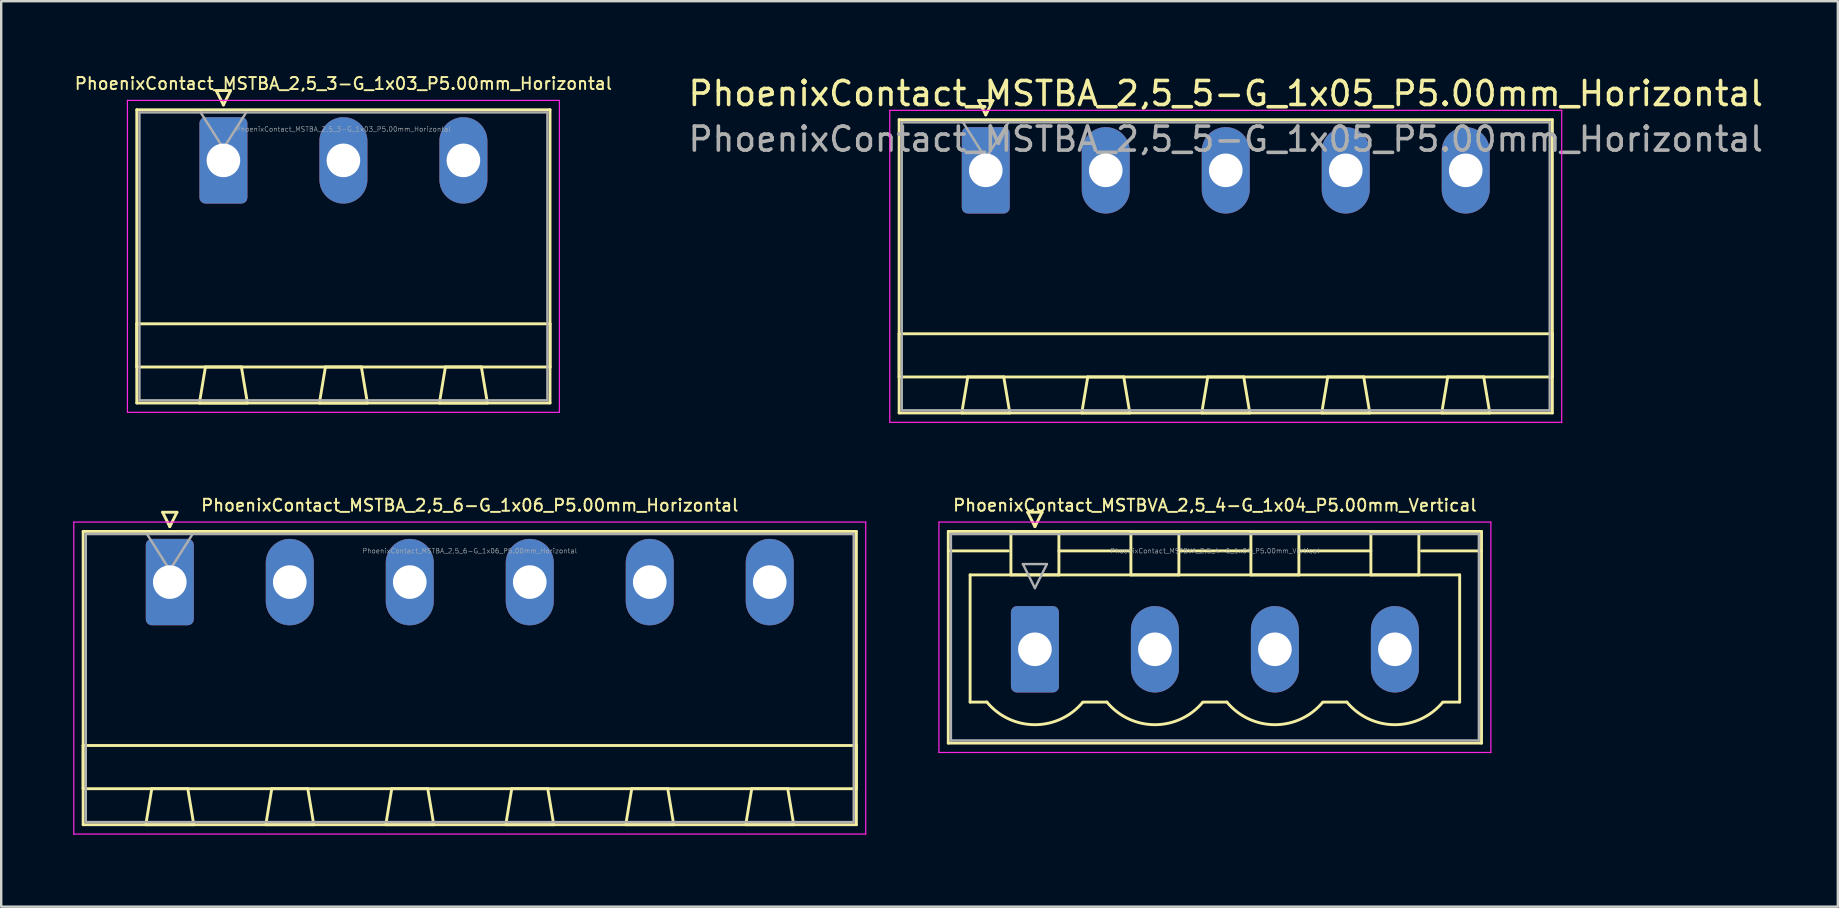
<source format=kicad_pcb>
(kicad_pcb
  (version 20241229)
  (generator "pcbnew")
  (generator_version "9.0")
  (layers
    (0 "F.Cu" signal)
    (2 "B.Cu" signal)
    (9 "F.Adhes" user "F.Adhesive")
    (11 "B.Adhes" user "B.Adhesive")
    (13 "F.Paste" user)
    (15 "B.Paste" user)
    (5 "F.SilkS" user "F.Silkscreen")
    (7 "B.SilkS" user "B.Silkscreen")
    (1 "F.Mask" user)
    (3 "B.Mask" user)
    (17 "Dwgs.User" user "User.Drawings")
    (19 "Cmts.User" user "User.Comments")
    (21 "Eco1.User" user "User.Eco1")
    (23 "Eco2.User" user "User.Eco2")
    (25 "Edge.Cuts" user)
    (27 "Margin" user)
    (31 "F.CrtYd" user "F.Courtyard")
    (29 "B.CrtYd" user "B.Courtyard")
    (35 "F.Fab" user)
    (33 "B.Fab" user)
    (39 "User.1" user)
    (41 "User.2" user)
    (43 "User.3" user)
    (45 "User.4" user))
  (footprint "PhoenixContact_MSTBA_2,5_5-G_1x05_P5.00mm_Horizontal"
    (layer "F.Cu")
    (at 38.027 4.048)
    (property "Reference" "PhoenixContact_MSTBA_2,5_5-G_1x05_P5.00mm_Horizontal" (at 10 -3.2 0) (layer "F.SilkS") (effects (font (size 1 1) (thickness 0.15))))
    (attr through_hole)
    (fp_line (start -3.61 -2.11) (end -3.61 10.11) (stroke (width 0.12) (type solid)) (layer "F.SilkS"))
    (fp_line (start -3.61 6.81) (end 23.61 6.81) (stroke (width 0.12) (type solid)) (layer "F.SilkS"))
    (fp_line (start -3.61 8.61) (end -3.61 6.81) (stroke (width 0.12) (type solid)) (layer "F.SilkS"))
    (fp_line (start -3.61 10.11) (end 23.61 10.11) (stroke (width 0.12) (type solid)) (layer "F.SilkS"))
    (fp_line (start -1 10.11) (end 1 10.11) (stroke (width 0.12) (type solid)) (layer "F.SilkS"))
    (fp_line (start -0.75 8.61) (end -1 10.11) (stroke (width 0.12) (type solid)) (layer "F.SilkS"))
    (fp_line (start -0.3 -2.91) (end 0.3 -2.91) (stroke (width 0.12) (type solid)) (layer "F.SilkS"))
    (fp_line (start 0 -2.31) (end -0.3 -2.91) (stroke (width 0.12) (type solid)) (layer "F.SilkS"))
    (fp_line (start 0.3 -2.91) (end 0 -2.31) (stroke (width 0.12) (type solid)) (layer "F.SilkS"))
    (fp_line (start 0.75 8.61) (end -0.75 8.61) (stroke (width 0.12) (type solid)) (layer "F.SilkS"))
    (fp_line (start 1 10.11) (end 0.75 8.61) (stroke (width 0.12) (type solid)) (layer "F.SilkS"))
    (fp_line (start 4 10.11) (end 6 10.11) (stroke (width 0.12) (type solid)) (layer "F.SilkS"))
    (fp_line (start 4.25 8.61) (end 4 10.11) (stroke (width 0.12) (type solid)) (layer "F.SilkS"))
    (fp_line (start 5.75 8.61) (end 4.25 8.61) (stroke (width 0.12) (type solid)) (layer "F.SilkS"))
    (fp_line (start 6 10.11) (end 5.75 8.61) (stroke (width 0.12) (type solid)) (layer "F.SilkS"))
    (fp_line (start 9 10.11) (end 11 10.11) (stroke (width 0.12) (type solid)) (layer "F.SilkS"))
    (fp_line (start 9.25 8.61) (end 9 10.11) (stroke (width 0.12) (type solid)) (layer "F.SilkS"))
    (fp_line (start 10.75 8.61) (end 9.25 8.61) (stroke (width 0.12) (type solid)) (layer "F.SilkS"))
    (fp_line (start 11 10.11) (end 10.75 8.61) (stroke (width 0.12) (type solid)) (layer "F.SilkS"))
    (fp_line (start 14 10.11) (end 16 10.11) (stroke (width 0.12) (type solid)) (layer "F.SilkS"))
    (fp_line (start 14.25 8.61) (end 14 10.11) (stroke (width 0.12) (type solid)) (layer "F.SilkS"))
    (fp_line (start 15.75 8.61) (end 14.25 8.61) (stroke (width 0.12) (type solid)) (layer "F.SilkS"))
    (fp_line (start 16 10.11) (end 15.75 8.61) (stroke (width 0.12) (type solid)) (layer "F.SilkS"))
    (fp_line (start 19 10.11) (end 21 10.11) (stroke (width 0.12) (type solid)) (layer "F.SilkS"))
    (fp_line (start 19.25 8.61) (end 19 10.11) (stroke (width 0.12) (type solid)) (layer "F.SilkS"))
    (fp_line (start 20.75 8.61) (end 19.25 8.61) (stroke (width 0.12) (type solid)) (layer "F.SilkS"))
    (fp_line (start 21 10.11) (end 20.75 8.61) (stroke (width 0.12) (type solid)) (layer "F.SilkS"))
    (fp_line (start 23.61 -2.11) (end -3.61 -2.11) (stroke (width 0.12) (type solid)) (layer "F.SilkS"))
    (fp_line (start 23.61 6.81) (end 23.61 8.61) (stroke (width 0.12) (type solid)) (layer "F.SilkS"))
    (fp_line (start 23.61 8.61) (end -3.61 8.61) (stroke (width 0.12) (type solid)) (layer "F.SilkS"))
    (fp_line (start 23.61 10.11) (end 23.61 -2.11) (stroke (width 0.12) (type solid)) (layer "F.SilkS"))
    (fp_line (start -4 -2.5) (end -4 10.5) (stroke (width 0.05) (type solid)) (layer "F.CrtYd"))
    (fp_line (start -4 10.5) (end 24 10.5) (stroke (width 0.05) (type solid)) (layer "F.CrtYd"))
    (fp_line (start 24 -2.5) (end -4 -2.5) (stroke (width 0.05) (type solid)) (layer "F.CrtYd"))
    (fp_line (start 24 10.5) (end 24 -2.5) (stroke (width 0.05) (type solid)) (layer "F.CrtYd"))
    (fp_line (start -3.5 -2) (end -3.5 10) (stroke (width 0.1) (type solid)) (layer "F.Fab"))
    (fp_line (start -3.5 10) (end 23.5 10) (stroke (width 0.1) (type solid)) (layer "F.Fab"))
    (fp_line (start 0 -0.5) (end -0.95 -2) (stroke (width 0.1) (type solid)) (layer "F.Fab"))
    (fp_line (start 0.95 -2) (end 0 -0.5) (stroke (width 0.1) (type solid)) (layer "F.Fab"))
    (fp_line (start 23.5 -2) (end -3.5 -2) (stroke (width 0.1) (type solid)) (layer "F.Fab"))
    (fp_line (start 23.5 10) (end 23.5 -2) (stroke (width 0.1) (type solid)) (layer "F.Fab"))
    (fp_text user "${REFERENCE}" (at 10 -1.3 0) (layer "F.Fab") (effects (font (size 1 1) (thickness 0.15))))
    (pad "1" thru_hole roundrect (at 0 0) (size 2 3.6) (drill 1.4) (layers "*.Cu" "*.Mask") (roundrect_rratio 0.125))
    (pad "2" thru_hole oval (at 5 0) (size 2 3.6) (drill 1.4) (layers "*.Cu" "*.Mask"))
    (pad "3" thru_hole oval (at 10 0) (size 2 3.6) (drill 1.4) (layers "*.Cu" "*.Mask"))
    (pad "4" thru_hole oval (at 15 0) (size 2 3.6) (drill 1.4) (layers "*.Cu" "*.Mask"))
    (pad "5" thru_hole oval (at 20 0) (size 2 3.6) (drill 1.4) (layers "*.Cu" "*.Mask")))
  (footprint "PhoenixContact_MSTBA_2,5_3-G_1x03_P5.00mm_Horizontal"
    (layer "F.Cu")
    (at 6.26 3.633)
    (property "Reference" "PhoenixContact_MSTBA_2,5_3-G_1x03_P5.00mm_Horizontal" (at 5 -3.2 0) (layer "F.SilkS") (effects (font (size 0.5 0.5) (thickness 0.08))))
    (attr through_hole)
    (fp_line (start -3.61 -2.11) (end -3.61 10.11) (stroke (width 0.12) (type solid)) (layer "F.SilkS"))
    (fp_line (start -3.61 6.81) (end 13.61 6.81) (stroke (width 0.12) (type solid)) (layer "F.SilkS"))
    (fp_line (start -3.61 8.61) (end -3.61 6.81) (stroke (width 0.12) (type solid)) (layer "F.SilkS"))
    (fp_line (start -3.61 10.11) (end 13.61 10.11) (stroke (width 0.12) (type solid)) (layer "F.SilkS"))
    (fp_line (start -1 10.11) (end 1 10.11) (stroke (width 0.12) (type solid)) (layer "F.SilkS"))
    (fp_line (start -0.75 8.61) (end -1 10.11) (stroke (width 0.12) (type solid)) (layer "F.SilkS"))
    (fp_line (start -0.3 -2.91) (end 0.3 -2.91) (stroke (width 0.12) (type solid)) (layer "F.SilkS"))
    (fp_line (start 0 -2.31) (end -0.3 -2.91) (stroke (width 0.12) (type solid)) (layer "F.SilkS"))
    (fp_line (start 0.3 -2.91) (end 0 -2.31) (stroke (width 0.12) (type solid)) (layer "F.SilkS"))
    (fp_line (start 0.75 8.61) (end -0.75 8.61) (stroke (width 0.12) (type solid)) (layer "F.SilkS"))
    (fp_line (start 1 10.11) (end 0.75 8.61) (stroke (width 0.12) (type solid)) (layer "F.SilkS"))
    (fp_line (start 4 10.11) (end 6 10.11) (stroke (width 0.12) (type solid)) (layer "F.SilkS"))
    (fp_line (start 4.25 8.61) (end 4 10.11) (stroke (width 0.12) (type solid)) (layer "F.SilkS"))
    (fp_line (start 5.75 8.61) (end 4.25 8.61) (stroke (width 0.12) (type solid)) (layer "F.SilkS"))
    (fp_line (start 6 10.11) (end 5.75 8.61) (stroke (width 0.12) (type solid)) (layer "F.SilkS"))
    (fp_line (start 9 10.11) (end 11 10.11) (stroke (width 0.12) (type solid)) (layer "F.SilkS"))
    (fp_line (start 9.25 8.61) (end 9 10.11) (stroke (width 0.12) (type solid)) (layer "F.SilkS"))
    (fp_line (start 10.75 8.61) (end 9.25 8.61) (stroke (width 0.12) (type solid)) (layer "F.SilkS"))
    (fp_line (start 11 10.11) (end 10.75 8.61) (stroke (width 0.12) (type solid)) (layer "F.SilkS"))
    (fp_line (start 13.61 -2.11) (end -3.61 -2.11) (stroke (width 0.12) (type solid)) (layer "F.SilkS"))
    (fp_line (start 13.61 6.81) (end 13.61 8.61) (stroke (width 0.12) (type solid)) (layer "F.SilkS"))
    (fp_line (start 13.61 8.61) (end -3.61 8.61) (stroke (width 0.12) (type solid)) (layer "F.SilkS"))
    (fp_line (start 13.61 10.11) (end 13.61 -2.11) (stroke (width 0.12) (type solid)) (layer "F.SilkS"))
    (fp_line (start -4 -2.5) (end -4 10.5) (stroke (width 0.05) (type solid)) (layer "F.CrtYd"))
    (fp_line (start -4 10.5) (end 14 10.5) (stroke (width 0.05) (type solid)) (layer "F.CrtYd"))
    (fp_line (start 14 -2.5) (end -4 -2.5) (stroke (width 0.05) (type solid)) (layer "F.CrtYd"))
    (fp_line (start 14 10.5) (end 14 -2.5) (stroke (width 0.05) (type solid)) (layer "F.CrtYd"))
    (fp_line (start -3.5 -2) (end -3.5 10) (stroke (width 0.1) (type solid)) (layer "F.Fab"))
    (fp_line (start -3.5 10) (end 13.5 10) (stroke (width 0.1) (type solid)) (layer "F.Fab"))
    (fp_line (start 0 -0.5) (end -0.95 -2) (stroke (width 0.1) (type solid)) (layer "F.Fab"))
    (fp_line (start 0.95 -2) (end 0 -0.5) (stroke (width 0.1) (type solid)) (layer "F.Fab"))
    (fp_line (start 13.5 -2) (end -3.5 -2) (stroke (width 0.1) (type solid)) (layer "F.Fab"))
    (fp_line (start 13.5 10) (end 13.5 -2) (stroke (width 0.1) (type solid)) (layer "F.Fab"))
    (fp_text user "${REFERENCE}" (at 5 -1.3 0) (layer "F.Fab") (effects (font (size 0.2 0.2) (thickness 0.02))))
    (pad "1" thru_hole roundrect (at 0 0) (size 2 3.6) (drill 1.4) (layers "*.Cu" "*.Mask") (roundrect_rratio 0.125))
    (pad "2" thru_hole oval (at 5 0) (size 2 3.6) (drill 1.4) (layers "*.Cu" "*.Mask"))
    (pad "3" thru_hole oval (at 10 0) (size 2 3.6) (drill 1.4) (layers "*.Cu" "*.Mask")))
  (footprint "PhoenixContact_MSTBVA_2,5_4-G_1x04_P5.00mm_Vertical"
    (layer "F.Cu")
    (at 40.075 24.006)
    (property "Reference" "PhoenixContact_MSTBVA_2,5_4-G_1x04_P5.00mm_Vertical" (at 7.5 -6 0) (layer "F.SilkS") (effects (font (size 0.5 0.5) (thickness 0.08))))
    (attr through_hole)
    (fp_line (start -3.61 -4.91) (end -3.61 3.91) (stroke (width 0.12) (type solid)) (layer "F.SilkS"))
    (fp_line (start -3.61 -4.1) (end -1.11 -4.1) (stroke (width 0.12) (type solid)) (layer "F.SilkS"))
    (fp_line (start -3.61 3.91) (end 18.61 3.91) (stroke (width 0.12) (type solid)) (layer "F.SilkS"))
    (fp_line (start -2.7 -3.1) (end 17.7 -3.1) (stroke (width 0.12) (type solid)) (layer "F.SilkS"))
    (fp_line (start -2.7 2.2) (end -2.7 -3.1) (stroke (width 0.12) (type solid)) (layer "F.SilkS"))
    (fp_line (start -2 2.2) (end -2.7 2.2) (stroke (width 0.12) (type solid)) (layer "F.SilkS"))
    (fp_line (start -1 -4.91) (end 1 -4.91) (stroke (width 0.12) (type solid)) (layer "F.SilkS"))
    (fp_line (start -1 -3.1) (end -1 -4.91) (stroke (width 0.12) (type solid)) (layer "F.SilkS"))
    (fp_line (start -0.3 -5.71) (end 0.3 -5.71) (stroke (width 0.12) (type solid)) (layer "F.SilkS"))
    (fp_line (start 0 -5.11) (end -0.3 -5.71) (stroke (width 0.12) (type solid)) (layer "F.SilkS"))
    (fp_line (start 0.3 -5.71) (end 0 -5.11) (stroke (width 0.12) (type solid)) (layer "F.SilkS"))
    (fp_line (start 1 -4.91) (end 1 -3.1) (stroke (width 0.12) (type solid)) (layer "F.SilkS"))
    (fp_line (start 1 -4.1) (end 4 -4.1) (stroke (width 0.12) (type solid)) (layer "F.SilkS"))
    (fp_line (start 1 -3.1) (end -1 -3.1) (stroke (width 0.12) (type solid)) (layer "F.SilkS"))
    (fp_line (start 2 2.2) (end 3 2.2) (stroke (width 0.12) (type solid)) (layer "F.SilkS"))
    (fp_line (start 4 -4.91) (end 6 -4.91) (stroke (width 0.12) (type solid)) (layer "F.SilkS"))
    (fp_line (start 4 -3.1) (end 4 -4.91) (stroke (width 0.12) (type solid)) (layer "F.SilkS"))
    (fp_line (start 6 -4.91) (end 6 -3.1) (stroke (width 0.12) (type solid)) (layer "F.SilkS"))
    (fp_line (start 6 -4.1) (end 9 -4.1) (stroke (width 0.12) (type solid)) (layer "F.SilkS"))
    (fp_line (start 6 -3.1) (end 4 -3.1) (stroke (width 0.12) (type solid)) (layer "F.SilkS"))
    (fp_line (start 7 2.2) (end 8 2.2) (stroke (width 0.12) (type solid)) (layer "F.SilkS"))
    (fp_line (start 9 -4.91) (end 11 -4.91) (stroke (width 0.12) (type solid)) (layer "F.SilkS"))
    (fp_line (start 9 -3.1) (end 9 -4.91) (stroke (width 0.12) (type solid)) (layer "F.SilkS"))
    (fp_line (start 11 -4.91) (end 11 -3.1) (stroke (width 0.12) (type solid)) (layer "F.SilkS"))
    (fp_line (start 11 -4.1) (end 14 -4.1) (stroke (width 0.12) (type solid)) (layer "F.SilkS"))
    (fp_line (start 11 -3.1) (end 9 -3.1) (stroke (width 0.12) (type solid)) (layer "F.SilkS"))
    (fp_line (start 12 2.2) (end 13 2.2) (stroke (width 0.12) (type solid)) (layer "F.SilkS"))
    (fp_line (start 14 -4.91) (end 16 -4.91) (stroke (width 0.12) (type solid)) (layer "F.SilkS"))
    (fp_line (start 14 -3.1) (end 14 -4.91) (stroke (width 0.12) (type solid)) (layer "F.SilkS"))
    (fp_line (start 16 -4.91) (end 16 -3.1) (stroke (width 0.12) (type solid)) (layer "F.SilkS"))
    (fp_line (start 16 -3.1) (end 14 -3.1) (stroke (width 0.12) (type solid)) (layer "F.SilkS"))
    (fp_line (start 17.7 -3.1) (end 17.7 2.2) (stroke (width 0.12) (type solid)) (layer "F.SilkS"))
    (fp_line (start 17.7 2.2) (end 17 2.2) (stroke (width 0.12) (type solid)) (layer "F.SilkS"))
    (fp_line (start 18.61 -4.91) (end -3.61 -4.91) (stroke (width 0.12) (type solid)) (layer "F.SilkS"))
    (fp_line (start 18.61 -4.1) (end 16.11 -4.1) (stroke (width 0.12) (type solid)) (layer "F.SilkS"))
    (fp_line (start 18.61 3.91) (end 18.61 -4.91) (stroke (width 0.12) (type solid)) (layer "F.SilkS"))
    (fp_arc (start 1.986842 2.215821) (mid -0.010289 3.142758) (end -2 2.2) (stroke (width 0.12) (type solid)) (layer "F.SilkS"))
    (fp_arc (start 6.986842 2.215821) (mid 4.989711 3.142758) (end 3 2.2) (stroke (width 0.12) (type solid)) (layer "F.SilkS"))
    (fp_arc (start 11.986842 2.215821) (mid 9.989711 3.142758) (end 8 2.2) (stroke (width 0.12) (type solid)) (layer "F.SilkS"))
    (fp_arc (start 16.986842 2.215821) (mid 14.989711 3.142758) (end 13 2.2) (stroke (width 0.12) (type solid)) (layer "F.SilkS"))
    (fp_line (start -4 -5.3) (end -4 4.3) (stroke (width 0.05) (type solid)) (layer "F.CrtYd"))
    (fp_line (start -4 4.3) (end 19 4.3) (stroke (width 0.05) (type solid)) (layer "F.CrtYd"))
    (fp_line (start 19 -5.3) (end -4 -5.3) (stroke (width 0.05) (type solid)) (layer "F.CrtYd"))
    (fp_line (start 19 4.3) (end 19 -5.3) (stroke (width 0.05) (type solid)) (layer "F.CrtYd"))
    (fp_line (start -3.5 -4.8) (end -3.5 3.8) (stroke (width 0.1) (type solid)) (layer "F.Fab"))
    (fp_line (start -3.5 3.8) (end 18.5 3.8) (stroke (width 0.1) (type solid)) (layer "F.Fab"))
    (fp_line (start -0.5 -3.55) (end 0.5 -3.55) (stroke (width 0.1) (type solid)) (layer "F.Fab"))
    (fp_line (start 0 -2.55) (end -0.5 -3.55) (stroke (width 0.1) (type solid)) (layer "F.Fab"))
    (fp_line (start 0.5 -3.55) (end 0 -2.55) (stroke (width 0.1) (type solid)) (layer "F.Fab"))
    (fp_line (start 18.5 -4.8) (end -3.5 -4.8) (stroke (width 0.1) (type solid)) (layer "F.Fab"))
    (fp_line (start 18.5 3.8) (end 18.5 -4.8) (stroke (width 0.1) (type solid)) (layer "F.Fab"))
    (fp_text user "${REFERENCE}" (at 7.5 -4.1 0) (layer "F.Fab") (effects (font (size 0.2 0.2) (thickness 0.02))))
    (pad "1" thru_hole roundrect (at 0 0) (size 2 3.6) (drill 1.4) (layers "*.Cu" "*.Mask") (roundrect_rratio 0.125))
    (pad "2" thru_hole oval (at 5 0) (size 2 3.6) (drill 1.4) (layers "*.Cu" "*.Mask"))
    (pad "3" thru_hole oval (at 10 0) (size 2 3.6) (drill 1.4) (layers "*.Cu" "*.Mask"))
    (pad "4" thru_hole oval (at 15 0) (size 2 3.6) (drill 1.4) (layers "*.Cu" "*.Mask")))
  (footprint "PhoenixContact_MSTBA_2,5_6-G_1x06_P5.00mm_Horizontal"
    (layer "F.Cu")
    (at 4.025 21.206)
    (property "Reference" "PhoenixContact_MSTBA_2,5_6-G_1x06_P5.00mm_Horizontal" (at 12.5 -3.2 0) (layer "F.SilkS") (effects (font (size 0.5 0.5) (thickness 0.08))))
    (attr through_hole)
    (fp_line (start -3.61 -2.11) (end -3.61 10.11) (stroke (width 0.12) (type solid)) (layer "F.SilkS"))
    (fp_line (start -3.61 6.81) (end 28.61 6.81) (stroke (width 0.12) (type solid)) (layer "F.SilkS"))
    (fp_line (start -3.61 8.61) (end -3.61 6.81) (stroke (width 0.12) (type solid)) (layer "F.SilkS"))
    (fp_line (start -3.61 10.11) (end 28.61 10.11) (stroke (width 0.12) (type solid)) (layer "F.SilkS"))
    (fp_line (start -1 10.11) (end 1 10.11) (stroke (width 0.12) (type solid)) (layer "F.SilkS"))
    (fp_line (start -0.75 8.61) (end -1 10.11) (stroke (width 0.12) (type solid)) (layer "F.SilkS"))
    (fp_line (start -0.3 -2.91) (end 0.3 -2.91) (stroke (width 0.12) (type solid)) (layer "F.SilkS"))
    (fp_line (start 0 -2.31) (end -0.3 -2.91) (stroke (width 0.12) (type solid)) (layer "F.SilkS"))
    (fp_line (start 0.3 -2.91) (end 0 -2.31) (stroke (width 0.12) (type solid)) (layer "F.SilkS"))
    (fp_line (start 0.75 8.61) (end -0.75 8.61) (stroke (width 0.12) (type solid)) (layer "F.SilkS"))
    (fp_line (start 1 10.11) (end 0.75 8.61) (stroke (width 0.12) (type solid)) (layer "F.SilkS"))
    (fp_line (start 4 10.11) (end 6 10.11) (stroke (width 0.12) (type solid)) (layer "F.SilkS"))
    (fp_line (start 4.25 8.61) (end 4 10.11) (stroke (width 0.12) (type solid)) (layer "F.SilkS"))
    (fp_line (start 5.75 8.61) (end 4.25 8.61) (stroke (width 0.12) (type solid)) (layer "F.SilkS"))
    (fp_line (start 6 10.11) (end 5.75 8.61) (stroke (width 0.12) (type solid)) (layer "F.SilkS"))
    (fp_line (start 9 10.11) (end 11 10.11) (stroke (width 0.12) (type solid)) (layer "F.SilkS"))
    (fp_line (start 9.25 8.61) (end 9 10.11) (stroke (width 0.12) (type solid)) (layer "F.SilkS"))
    (fp_line (start 10.75 8.61) (end 9.25 8.61) (stroke (width 0.12) (type solid)) (layer "F.SilkS"))
    (fp_line (start 11 10.11) (end 10.75 8.61) (stroke (width 0.12) (type solid)) (layer "F.SilkS"))
    (fp_line (start 14 10.11) (end 16 10.11) (stroke (width 0.12) (type solid)) (layer "F.SilkS"))
    (fp_line (start 14.25 8.61) (end 14 10.11) (stroke (width 0.12) (type solid)) (layer "F.SilkS"))
    (fp_line (start 15.75 8.61) (end 14.25 8.61) (stroke (width 0.12) (type solid)) (layer "F.SilkS"))
    (fp_line (start 16 10.11) (end 15.75 8.61) (stroke (width 0.12) (type solid)) (layer "F.SilkS"))
    (fp_line (start 19 10.11) (end 21 10.11) (stroke (width 0.12) (type solid)) (layer "F.SilkS"))
    (fp_line (start 19.25 8.61) (end 19 10.11) (stroke (width 0.12) (type solid)) (layer "F.SilkS"))
    (fp_line (start 20.75 8.61) (end 19.25 8.61) (stroke (width 0.12) (type solid)) (layer "F.SilkS"))
    (fp_line (start 21 10.11) (end 20.75 8.61) (stroke (width 0.12) (type solid)) (layer "F.SilkS"))
    (fp_line (start 24 10.11) (end 26 10.11) (stroke (width 0.12) (type solid)) (layer "F.SilkS"))
    (fp_line (start 24.25 8.61) (end 24 10.11) (stroke (width 0.12) (type solid)) (layer "F.SilkS"))
    (fp_line (start 25.75 8.61) (end 24.25 8.61) (stroke (width 0.12) (type solid)) (layer "F.SilkS"))
    (fp_line (start 26 10.11) (end 25.75 8.61) (stroke (width 0.12) (type solid)) (layer "F.SilkS"))
    (fp_line (start 28.61 -2.11) (end -3.61 -2.11) (stroke (width 0.12) (type solid)) (layer "F.SilkS"))
    (fp_line (start 28.61 6.81) (end 28.61 8.61) (stroke (width 0.12) (type solid)) (layer "F.SilkS"))
    (fp_line (start 28.61 8.61) (end -3.61 8.61) (stroke (width 0.12) (type solid)) (layer "F.SilkS"))
    (fp_line (start 28.61 10.11) (end 28.61 -2.11) (stroke (width 0.12) (type solid)) (layer "F.SilkS"))
    (fp_line (start -4 -2.5) (end -4 10.5) (stroke (width 0.05) (type solid)) (layer "F.CrtYd"))
    (fp_line (start -4 10.5) (end 29 10.5) (stroke (width 0.05) (type solid)) (layer "F.CrtYd"))
    (fp_line (start 29 -2.5) (end -4 -2.5) (stroke (width 0.05) (type solid)) (layer "F.CrtYd"))
    (fp_line (start 29 10.5) (end 29 -2.5) (stroke (width 0.05) (type solid)) (layer "F.CrtYd"))
    (fp_line (start -3.5 -2) (end -3.5 10) (stroke (width 0.1) (type solid)) (layer "F.Fab"))
    (fp_line (start -3.5 10) (end 28.5 10) (stroke (width 0.1) (type solid)) (layer "F.Fab"))
    (fp_line (start 0 -0.5) (end -0.95 -2) (stroke (width 0.1) (type solid)) (layer "F.Fab"))
    (fp_line (start 0.95 -2) (end 0 -0.5) (stroke (width 0.1) (type solid)) (layer "F.Fab"))
    (fp_line (start 28.5 -2) (end -3.5 -2) (stroke (width 0.1) (type solid)) (layer "F.Fab"))
    (fp_line (start 28.5 10) (end 28.5 -2) (stroke (width 0.1) (type solid)) (layer "F.Fab"))
    (fp_text user "${REFERENCE}" (at 12.5 -1.3 0) (layer "F.Fab") (effects (font (size 0.2 0.2) (thickness 0.02))))
    (pad "1" thru_hole roundrect (at 0 0) (size 2 3.6) (drill 1.4) (layers "*.Cu" "*.Mask") (roundrect_rratio 0.125))
    (pad "2" thru_hole oval (at 5 0) (size 2 3.6) (drill 1.4) (layers "*.Cu" "*.Mask"))
    (pad "3" thru_hole oval (at 10 0) (size 2 3.6) (drill 1.4) (layers "*.Cu" "*.Mask"))
    (pad "4" thru_hole oval (at 15 0) (size 2 3.6) (drill 1.4) (layers "*.Cu" "*.Mask"))
    (pad "5" thru_hole oval (at 20 0) (size 2 3.6) (drill 1.4) (layers "*.Cu" "*.Mask"))
    (pad "6" thru_hole oval (at 25 0) (size 2 3.6) (drill 1.4) (layers "*.Cu" "*.Mask")))
  (gr_rect
    (start -3 -3)
    (end 73.533 34.731)
    (stroke (width 0.1) (type default))
    (fill no)
    (layer "Edge.Cuts")))
</source>
